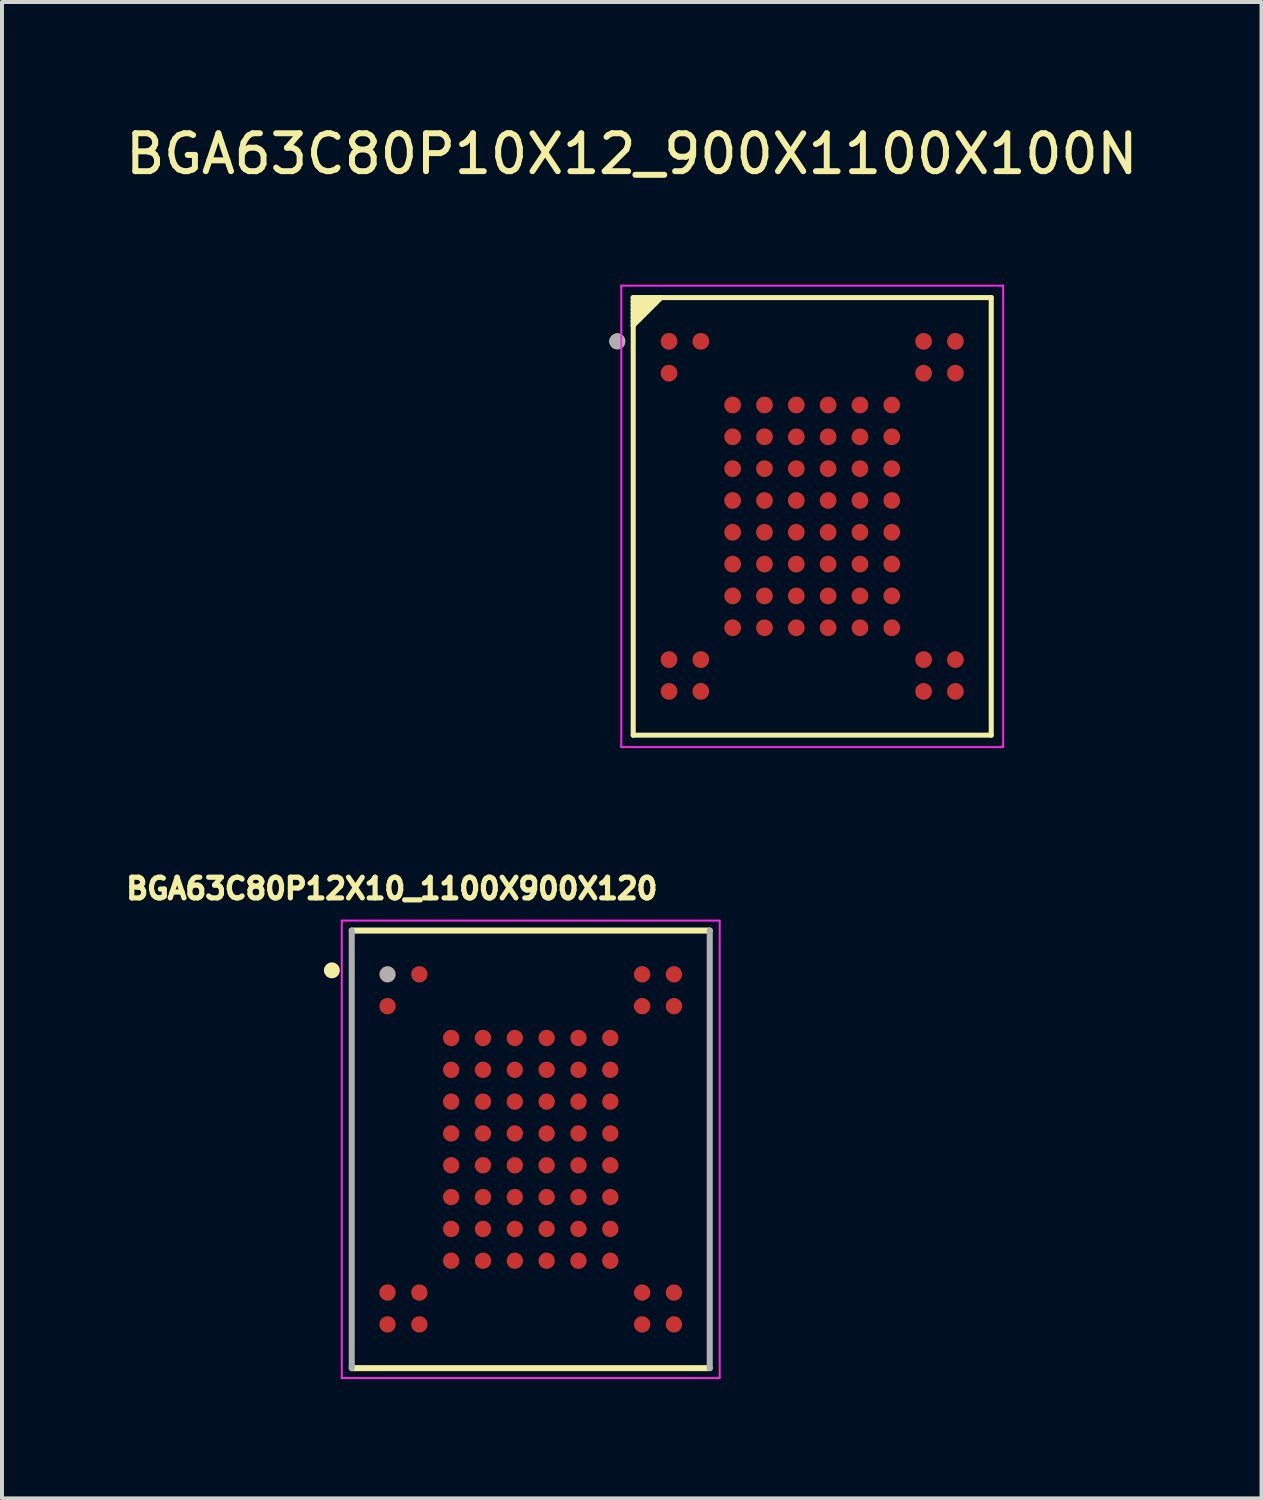
<source format=kicad_pcb>
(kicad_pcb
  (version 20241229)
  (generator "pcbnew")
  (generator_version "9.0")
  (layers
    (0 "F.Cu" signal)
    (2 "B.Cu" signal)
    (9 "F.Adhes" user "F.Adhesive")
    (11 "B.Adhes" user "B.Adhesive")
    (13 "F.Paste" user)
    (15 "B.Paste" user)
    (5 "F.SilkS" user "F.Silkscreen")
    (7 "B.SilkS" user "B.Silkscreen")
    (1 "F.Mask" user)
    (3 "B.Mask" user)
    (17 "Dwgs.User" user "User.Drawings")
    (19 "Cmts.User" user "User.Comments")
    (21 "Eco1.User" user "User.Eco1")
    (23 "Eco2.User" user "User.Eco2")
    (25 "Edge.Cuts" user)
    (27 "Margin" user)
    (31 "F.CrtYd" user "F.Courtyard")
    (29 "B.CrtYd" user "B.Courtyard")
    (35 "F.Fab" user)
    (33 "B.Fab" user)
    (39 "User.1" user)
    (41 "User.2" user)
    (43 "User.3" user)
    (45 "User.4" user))
  (footprint "BGA63C80P12X10_1100X900X120"
    (layer "F.Cu")
    (at 10.292 25.843)
    (property "Reference" "BGA63C80P12X10_1100X900X120" (at -3.492 -6.555 0) (layer "F.SilkS") (effects (font (size 0.52 0.52) (thickness 0.15))))
    (attr smd)
    (fp_line (start -4.5 -5.5) (end 4.5 -5.5) (stroke (width 0.152) (type solid)) (layer "F.SilkS"))
    (fp_line (start 4.5 5.5) (end -4.5 5.5) (stroke (width 0.152) (type solid)) (layer "F.SilkS"))
    (fp_circle (center -5 -4.5) (end -4.9 -4.5) (stroke (width 0.2) (type solid)) (fill no) (layer "F.SilkS"))
    (fp_line (start -4.75 -5.75) (end 4.75 -5.75) (stroke (width 0.05) (type solid)) (layer "F.CrtYd"))
    (fp_line (start -4.75 5.75) (end -4.75 -5.75) (stroke (width 0.05) (type solid)) (layer "F.CrtYd"))
    (fp_line (start 4.75 -5.75) (end 4.75 5.75) (stroke (width 0.05) (type solid)) (layer "F.CrtYd"))
    (fp_line (start 4.75 5.75) (end -4.75 5.75) (stroke (width 0.05) (type solid)) (layer "F.CrtYd"))
    (fp_line (start -4.5 5.5) (end -4.5 -5.5) (stroke (width 0.152) (type solid)) (layer "F.Fab"))
    (fp_line (start 4.5 -5.5) (end 4.5 5.5) (stroke (width 0.152) (type solid)) (layer "F.Fab"))
    (fp_circle (center -3.6 -4.4) (end -3.5 -4.4) (stroke (width 0.2) (type solid)) (fill no) (layer "F.Fab"))
    (pad "A1" smd circle (at -3.6 -4.4) (size 0.41 0.41) (layers "F.Cu" "F.Mask" "F.Paste"))
    (pad "A2" smd circle (at -2.8 -4.4) (size 0.41 0.41) (layers "F.Cu" "F.Mask" "F.Paste"))
    (pad "A9" smd circle (at 2.8 -4.4) (size 0.41 0.41) (layers "F.Cu" "F.Mask" "F.Paste"))
    (pad "A10" smd circle (at 3.6 -4.4) (size 0.41 0.41) (layers "F.Cu" "F.Mask" "F.Paste"))
    (pad "B1" smd circle (at -3.6 -3.6) (size 0.41 0.41) (layers "F.Cu" "F.Mask" "F.Paste"))
    (pad "B9" smd circle (at 2.8 -3.6) (size 0.41 0.41) (layers "F.Cu" "F.Mask" "F.Paste"))
    (pad "B10" smd circle (at 3.6 -3.6) (size 0.41 0.41) (layers "F.Cu" "F.Mask" "F.Paste"))
    (pad "C3" smd circle (at -2 -2.8) (size 0.41 0.41) (layers "F.Cu" "F.Mask" "F.Paste"))
    (pad "C4" smd circle (at -1.2 -2.8) (size 0.41 0.41) (layers "F.Cu" "F.Mask" "F.Paste"))
    (pad "C5" smd circle (at -0.4 -2.8) (size 0.41 0.41) (layers "F.Cu" "F.Mask" "F.Paste"))
    (pad "C6" smd circle (at 0.4 -2.8) (size 0.41 0.41) (layers "F.Cu" "F.Mask" "F.Paste"))
    (pad "C7" smd circle (at 1.2 -2.8) (size 0.41 0.41) (layers "F.Cu" "F.Mask" "F.Paste"))
    (pad "C8" smd circle (at 2 -2.8) (size 0.41 0.41) (layers "F.Cu" "F.Mask" "F.Paste"))
    (pad "D3" smd circle (at -2 -2) (size 0.41 0.41) (layers "F.Cu" "F.Mask" "F.Paste"))
    (pad "D4" smd circle (at -1.2 -2) (size 0.41 0.41) (layers "F.Cu" "F.Mask" "F.Paste"))
    (pad "D5" smd circle (at -0.4 -2) (size 0.41 0.41) (layers "F.Cu" "F.Mask" "F.Paste"))
    (pad "D6" smd circle (at 0.4 -2) (size 0.41 0.41) (layers "F.Cu" "F.Mask" "F.Paste"))
    (pad "D7" smd circle (at 1.2 -2) (size 0.41 0.41) (layers "F.Cu" "F.Mask" "F.Paste"))
    (pad "D8" smd circle (at 2 -2) (size 0.41 0.41) (layers "F.Cu" "F.Mask" "F.Paste"))
    (pad "E3" smd circle (at -2 -1.2) (size 0.41 0.41) (layers "F.Cu" "F.Mask" "F.Paste"))
    (pad "E4" smd circle (at -1.2 -1.2) (size 0.41 0.41) (layers "F.Cu" "F.Mask" "F.Paste"))
    (pad "E5" smd circle (at -0.4 -1.2) (size 0.41 0.41) (layers "F.Cu" "F.Mask" "F.Paste"))
    (pad "E6" smd circle (at 0.4 -1.2) (size 0.41 0.41) (layers "F.Cu" "F.Mask" "F.Paste"))
    (pad "E7" smd circle (at 1.2 -1.2) (size 0.41 0.41) (layers "F.Cu" "F.Mask" "F.Paste"))
    (pad "E8" smd circle (at 2 -1.2) (size 0.41 0.41) (layers "F.Cu" "F.Mask" "F.Paste"))
    (pad "F3" smd circle (at -2 -0.4) (size 0.41 0.41) (layers "F.Cu" "F.Mask" "F.Paste"))
    (pad "F4" smd circle (at -1.2 -0.4) (size 0.41 0.41) (layers "F.Cu" "F.Mask" "F.Paste"))
    (pad "F5" smd circle (at -0.4 -0.4) (size 0.41 0.41) (layers "F.Cu" "F.Mask" "F.Paste"))
    (pad "F6" smd circle (at 0.4 -0.4) (size 0.41 0.41) (layers "F.Cu" "F.Mask" "F.Paste"))
    (pad "F7" smd circle (at 1.2 -0.4) (size 0.41 0.41) (layers "F.Cu" "F.Mask" "F.Paste"))
    (pad "F8" smd circle (at 2 -0.4) (size 0.41 0.41) (layers "F.Cu" "F.Mask" "F.Paste"))
    (pad "G3" smd circle (at -2 0.4) (size 0.41 0.41) (layers "F.Cu" "F.Mask" "F.Paste"))
    (pad "G4" smd circle (at -1.2 0.4) (size 0.41 0.41) (layers "F.Cu" "F.Mask" "F.Paste"))
    (pad "G5" smd circle (at -0.4 0.4) (size 0.41 0.41) (layers "F.Cu" "F.Mask" "F.Paste"))
    (pad "G6" smd circle (at 0.4 0.4) (size 0.41 0.41) (layers "F.Cu" "F.Mask" "F.Paste"))
    (pad "G7" smd circle (at 1.2 0.4) (size 0.41 0.41) (layers "F.Cu" "F.Mask" "F.Paste"))
    (pad "G8" smd circle (at 2 0.4) (size 0.41 0.41) (layers "F.Cu" "F.Mask" "F.Paste"))
    (pad "H3" smd circle (at -2 1.2) (size 0.41 0.41) (layers "F.Cu" "F.Mask" "F.Paste"))
    (pad "H4" smd circle (at -1.2 1.2) (size 0.41 0.41) (layers "F.Cu" "F.Mask" "F.Paste"))
    (pad "H5" smd circle (at -0.4 1.2) (size 0.41 0.41) (layers "F.Cu" "F.Mask" "F.Paste"))
    (pad "H6" smd circle (at 0.4 1.2) (size 0.41 0.41) (layers "F.Cu" "F.Mask" "F.Paste"))
    (pad "H7" smd circle (at 1.2 1.2) (size 0.41 0.41) (layers "F.Cu" "F.Mask" "F.Paste"))
    (pad "H8" smd circle (at 2 1.2) (size 0.41 0.41) (layers "F.Cu" "F.Mask" "F.Paste"))
    (pad "J3" smd circle (at -2 2) (size 0.41 0.41) (layers "F.Cu" "F.Mask" "F.Paste"))
    (pad "J4" smd circle (at -1.2 2) (size 0.41 0.41) (layers "F.Cu" "F.Mask" "F.Paste"))
    (pad "J5" smd circle (at -0.4 2) (size 0.41 0.41) (layers "F.Cu" "F.Mask" "F.Paste"))
    (pad "J6" smd circle (at 0.4 2) (size 0.41 0.41) (layers "F.Cu" "F.Mask" "F.Paste"))
    (pad "J7" smd circle (at 1.2 2) (size 0.41 0.41) (layers "F.Cu" "F.Mask" "F.Paste"))
    (pad "J8" smd circle (at 2 2) (size 0.41 0.41) (layers "F.Cu" "F.Mask" "F.Paste"))
    (pad "K3" smd circle (at -2 2.8) (size 0.41 0.41) (layers "F.Cu" "F.Mask" "F.Paste"))
    (pad "K4" smd circle (at -1.2 2.8) (size 0.41 0.41) (layers "F.Cu" "F.Mask" "F.Paste"))
    (pad "K5" smd circle (at -0.4 2.8) (size 0.41 0.41) (layers "F.Cu" "F.Mask" "F.Paste"))
    (pad "K6" smd circle (at 0.4 2.8) (size 0.41 0.41) (layers "F.Cu" "F.Mask" "F.Paste"))
    (pad "K7" smd circle (at 1.2 2.8) (size 0.41 0.41) (layers "F.Cu" "F.Mask" "F.Paste"))
    (pad "K8" smd circle (at 2 2.8) (size 0.41 0.41) (layers "F.Cu" "F.Mask" "F.Paste"))
    (pad "L1" smd circle (at -3.6 3.6) (size 0.41 0.41) (layers "F.Cu" "F.Mask" "F.Paste"))
    (pad "L2" smd circle (at -2.8 3.6) (size 0.41 0.41) (layers "F.Cu" "F.Mask" "F.Paste"))
    (pad "L9" smd circle (at 2.8 3.6) (size 0.41 0.41) (layers "F.Cu" "F.Mask" "F.Paste"))
    (pad "L10" smd circle (at 3.6 3.6) (size 0.41 0.41) (layers "F.Cu" "F.Mask" "F.Paste"))
    (pad "M1" smd circle (at -3.6 4.4) (size 0.41 0.41) (layers "F.Cu" "F.Mask" "F.Paste"))
    (pad "M2" smd circle (at -2.8 4.4) (size 0.41 0.41) (layers "F.Cu" "F.Mask" "F.Paste"))
    (pad "M9" smd circle (at 2.8 4.4) (size 0.41 0.41) (layers "F.Cu" "F.Mask" "F.Paste"))
    (pad "M10" smd circle (at 3.6 4.4) (size 0.41 0.41) (layers "F.Cu" "F.Mask" "F.Paste")))
  (footprint "BGA63C80P10X12_900X1100X100N"
    (layer "F.Cu")
    (at 17.368 9.931)
    (property "Reference" "BGA63C80P10X12_900X1100X100N" (at -4.536 -9.111 0) (layer "F.SilkS") (effects (font (size 0.953 0.953) (thickness 0.15))))
    (attr smd)
    (fp_line (start -4.5 -5.5) (end -4.4 -5.5) (stroke (width 0.127) (type solid)) (layer "F.SilkS"))
    (fp_line (start -4.5 -5.4) (end -4.5 -5.5) (stroke (width 0.127) (type solid)) (layer "F.SilkS"))
    (fp_line (start -4.5 -5.4) (end -4.4 -5.4) (stroke (width 0.127) (type solid)) (layer "F.SilkS"))
    (fp_line (start -4.5 -5.3) (end -4.5 -5.4) (stroke (width 0.127) (type solid)) (layer "F.SilkS"))
    (fp_line (start -4.5 -5.3) (end -4.3 -5.5) (stroke (width 0.127) (type solid)) (layer "F.SilkS"))
    (fp_line (start -4.5 -5.2) (end -4.5 -5.3) (stroke (width 0.127) (type solid)) (layer "F.SilkS"))
    (fp_line (start -4.5 -5.2) (end -4.2 -5.5) (stroke (width 0.127) (type solid)) (layer "F.SilkS"))
    (fp_line (start -4.5 -5.1) (end -4.5 -5.2) (stroke (width 0.127) (type solid)) (layer "F.SilkS"))
    (fp_line (start -4.5 -5.1) (end -4.1 -5.5) (stroke (width 0.127) (type solid)) (layer "F.SilkS"))
    (fp_line (start -4.5 -5) (end -4.5 -5.1) (stroke (width 0.127) (type solid)) (layer "F.SilkS"))
    (fp_line (start -4.5 -5) (end -4 -5.5) (stroke (width 0.127) (type solid)) (layer "F.SilkS"))
    (fp_line (start -4.5 -4.9) (end -4.5 -5) (stroke (width 0.127) (type solid)) (layer "F.SilkS"))
    (fp_line (start -4.5 -4.9) (end -3.9 -5.5) (stroke (width 0.127) (type solid)) (layer "F.SilkS"))
    (fp_line (start -4.5 -4.8) (end -4.5 -4.9) (stroke (width 0.127) (type solid)) (layer "F.SilkS"))
    (fp_line (start -4.5 -4.8) (end -3.8 -5.5) (stroke (width 0.127) (type solid)) (layer "F.SilkS"))
    (fp_line (start -4.5 5.5) (end -4.5 -4.8) (stroke (width 0.127) (type solid)) (layer "F.SilkS"))
    (fp_line (start -4.4 -5.5) (end -4.3 -5.5) (stroke (width 0.127) (type solid)) (layer "F.SilkS"))
    (fp_line (start -4.4 -5.4) (end -4.4 -5.5) (stroke (width 0.127) (type solid)) (layer "F.SilkS"))
    (fp_line (start -4.3 -5.5) (end -4.2 -5.5) (stroke (width 0.127) (type solid)) (layer "F.SilkS"))
    (fp_line (start -4.2 -5.5) (end -4.1 -5.5) (stroke (width 0.127) (type solid)) (layer "F.SilkS"))
    (fp_line (start -4.1 -5.5) (end -4 -5.5) (stroke (width 0.127) (type solid)) (layer "F.SilkS"))
    (fp_line (start -4 -5.5) (end -3.9 -5.5) (stroke (width 0.127) (type solid)) (layer "F.SilkS"))
    (fp_line (start -3.9 -5.5) (end -3.8 -5.5) (stroke (width 0.127) (type solid)) (layer "F.SilkS"))
    (fp_line (start -3.8 -5.5) (end 4.5 -5.5) (stroke (width 0.127) (type solid)) (layer "F.SilkS"))
    (fp_line (start 4.5 -5.5) (end 4.5 5.5) (stroke (width 0.127) (type solid)) (layer "F.SilkS"))
    (fp_line (start 4.5 5.5) (end -4.5 5.5) (stroke (width 0.127) (type solid)) (layer "F.SilkS"))
    (fp_circle (center -4.9 -4.4) (end -4.8 -4.4) (stroke (width 0.2) (type solid)) (fill no) (layer "F.SilkS"))
    (fp_line (start -4.8 -5.8) (end 4.8 -5.8) (stroke (width 0.05) (type solid)) (layer "F.CrtYd"))
    (fp_line (start -4.8 5.8) (end -4.8 -5.8) (stroke (width 0.05) (type solid)) (layer "F.CrtYd"))
    (fp_line (start 4.8 -5.8) (end 4.8 5.8) (stroke (width 0.05) (type solid)) (layer "F.CrtYd"))
    (fp_line (start 4.8 5.8) (end -4.8 5.8) (stroke (width 0.05) (type solid)) (layer "F.CrtYd"))
    (fp_circle (center -4.9 -4.4) (end -4.8 -4.4) (stroke (width 0.2) (type solid)) (fill no) (layer "F.Fab"))
    (pad "A1" smd circle (at -3.6 -4.4) (size 0.42 0.42) (layers "F.Cu" "F.Mask" "F.Paste"))
    (pad "A2" smd circle (at -2.8 -4.4) (size 0.42 0.42) (layers "F.Cu" "F.Mask" "F.Paste"))
    (pad "A9" smd circle (at 2.8 -4.4) (size 0.42 0.42) (layers "F.Cu" "F.Mask" "F.Paste"))
    (pad "A10" smd circle (at 3.6 -4.4) (size 0.42 0.42) (layers "F.Cu" "F.Mask" "F.Paste"))
    (pad "B1" smd circle (at -3.6 -3.6) (size 0.42 0.42) (layers "F.Cu" "F.Mask" "F.Paste"))
    (pad "B9" smd circle (at 2.8 -3.6) (size 0.42 0.42) (layers "F.Cu" "F.Mask" "F.Paste"))
    (pad "B10" smd circle (at 3.6 -3.6) (size 0.42 0.42) (layers "F.Cu" "F.Mask" "F.Paste"))
    (pad "C3" smd circle (at -2 -2.8) (size 0.42 0.42) (layers "F.Cu" "F.Mask" "F.Paste"))
    (pad "C4" smd circle (at -1.2 -2.8) (size 0.42 0.42) (layers "F.Cu" "F.Mask" "F.Paste"))
    (pad "C5" smd circle (at -0.4 -2.8) (size 0.42 0.42) (layers "F.Cu" "F.Mask" "F.Paste"))
    (pad "C6" smd circle (at 0.4 -2.8) (size 0.42 0.42) (layers "F.Cu" "F.Mask" "F.Paste"))
    (pad "C7" smd circle (at 1.2 -2.8) (size 0.42 0.42) (layers "F.Cu" "F.Mask" "F.Paste"))
    (pad "C8" smd circle (at 2 -2.8) (size 0.42 0.42) (layers "F.Cu" "F.Mask" "F.Paste"))
    (pad "D3" smd circle (at -2 -2) (size 0.42 0.42) (layers "F.Cu" "F.Mask" "F.Paste"))
    (pad "D4" smd circle (at -1.2 -2) (size 0.42 0.42) (layers "F.Cu" "F.Mask" "F.Paste"))
    (pad "D5" smd circle (at -0.4 -2) (size 0.42 0.42) (layers "F.Cu" "F.Mask" "F.Paste"))
    (pad "D6" smd circle (at 0.4 -2) (size 0.42 0.42) (layers "F.Cu" "F.Mask" "F.Paste"))
    (pad "D7" smd circle (at 1.2 -2) (size 0.42 0.42) (layers "F.Cu" "F.Mask" "F.Paste"))
    (pad "D8" smd circle (at 2 -2) (size 0.42 0.42) (layers "F.Cu" "F.Mask" "F.Paste"))
    (pad "E3" smd circle (at -2 -1.2) (size 0.42 0.42) (layers "F.Cu" "F.Mask" "F.Paste"))
    (pad "E4" smd circle (at -1.2 -1.2) (size 0.42 0.42) (layers "F.Cu" "F.Mask" "F.Paste"))
    (pad "E5" smd circle (at -0.4 -1.2) (size 0.42 0.42) (layers "F.Cu" "F.Mask" "F.Paste"))
    (pad "E6" smd circle (at 0.4 -1.2) (size 0.42 0.42) (layers "F.Cu" "F.Mask" "F.Paste"))
    (pad "E7" smd circle (at 1.2 -1.2) (size 0.42 0.42) (layers "F.Cu" "F.Mask" "F.Paste"))
    (pad "E8" smd circle (at 2 -1.2) (size 0.42 0.42) (layers "F.Cu" "F.Mask" "F.Paste"))
    (pad "F3" smd circle (at -2 -0.4) (size 0.42 0.42) (layers "F.Cu" "F.Mask" "F.Paste"))
    (pad "F4" smd circle (at -1.2 -0.4) (size 0.42 0.42) (layers "F.Cu" "F.Mask" "F.Paste"))
    (pad "F5" smd circle (at -0.4 -0.4) (size 0.42 0.42) (layers "F.Cu" "F.Mask" "F.Paste"))
    (pad "F6" smd circle (at 0.4 -0.4) (size 0.42 0.42) (layers "F.Cu" "F.Mask" "F.Paste"))
    (pad "F7" smd circle (at 1.2 -0.4) (size 0.42 0.42) (layers "F.Cu" "F.Mask" "F.Paste"))
    (pad "F8" smd circle (at 2 -0.4) (size 0.42 0.42) (layers "F.Cu" "F.Mask" "F.Paste"))
    (pad "G3" smd circle (at -2 0.4) (size 0.42 0.42) (layers "F.Cu" "F.Mask" "F.Paste"))
    (pad "G4" smd circle (at -1.2 0.4) (size 0.42 0.42) (layers "F.Cu" "F.Mask" "F.Paste"))
    (pad "G5" smd circle (at -0.4 0.4) (size 0.42 0.42) (layers "F.Cu" "F.Mask" "F.Paste"))
    (pad "G6" smd circle (at 0.4 0.4) (size 0.42 0.42) (layers "F.Cu" "F.Mask" "F.Paste"))
    (pad "G7" smd circle (at 1.2 0.4) (size 0.42 0.42) (layers "F.Cu" "F.Mask" "F.Paste"))
    (pad "G8" smd circle (at 2 0.4) (size 0.42 0.42) (layers "F.Cu" "F.Mask" "F.Paste"))
    (pad "H3" smd circle (at -2 1.2) (size 0.42 0.42) (layers "F.Cu" "F.Mask" "F.Paste"))
    (pad "H4" smd circle (at -1.2 1.2) (size 0.42 0.42) (layers "F.Cu" "F.Mask" "F.Paste"))
    (pad "H5" smd circle (at -0.4 1.2) (size 0.42 0.42) (layers "F.Cu" "F.Mask" "F.Paste"))
    (pad "H6" smd circle (at 0.4 1.2) (size 0.42 0.42) (layers "F.Cu" "F.Mask" "F.Paste"))
    (pad "H7" smd circle (at 1.2 1.2) (size 0.42 0.42) (layers "F.Cu" "F.Mask" "F.Paste"))
    (pad "H8" smd circle (at 2 1.2) (size 0.42 0.42) (layers "F.Cu" "F.Mask" "F.Paste"))
    (pad "J3" smd circle (at -2 2) (size 0.42 0.42) (layers "F.Cu" "F.Mask" "F.Paste"))
    (pad "J4" smd circle (at -1.2 2) (size 0.42 0.42) (layers "F.Cu" "F.Mask" "F.Paste"))
    (pad "J5" smd circle (at -0.4 2) (size 0.42 0.42) (layers "F.Cu" "F.Mask" "F.Paste"))
    (pad "J6" smd circle (at 0.4 2) (size 0.42 0.42) (layers "F.Cu" "F.Mask" "F.Paste"))
    (pad "J7" smd circle (at 1.2 2) (size 0.42 0.42) (layers "F.Cu" "F.Mask" "F.Paste"))
    (pad "J8" smd circle (at 2 2) (size 0.42 0.42) (layers "F.Cu" "F.Mask" "F.Paste"))
    (pad "K3" smd circle (at -2 2.8) (size 0.42 0.42) (layers "F.Cu" "F.Mask" "F.Paste"))
    (pad "K4" smd circle (at -1.2 2.8) (size 0.42 0.42) (layers "F.Cu" "F.Mask" "F.Paste"))
    (pad "K5" smd circle (at -0.4 2.8) (size 0.42 0.42) (layers "F.Cu" "F.Mask" "F.Paste"))
    (pad "K6" smd circle (at 0.4 2.8) (size 0.42 0.42) (layers "F.Cu" "F.Mask" "F.Paste"))
    (pad "K7" smd circle (at 1.2 2.8) (size 0.42 0.42) (layers "F.Cu" "F.Mask" "F.Paste"))
    (pad "K8" smd circle (at 2 2.8) (size 0.42 0.42) (layers "F.Cu" "F.Mask" "F.Paste"))
    (pad "L1" smd circle (at -3.6 3.6) (size 0.42 0.42) (layers "F.Cu" "F.Mask" "F.Paste"))
    (pad "L2" smd circle (at -2.8 3.6) (size 0.42 0.42) (layers "F.Cu" "F.Mask" "F.Paste"))
    (pad "L9" smd circle (at 2.8 3.6) (size 0.42 0.42) (layers "F.Cu" "F.Mask" "F.Paste"))
    (pad "L10" smd circle (at 3.6 3.6) (size 0.42 0.42) (layers "F.Cu" "F.Mask" "F.Paste"))
    (pad "M1" smd circle (at -3.6 4.4) (size 0.42 0.42) (layers "F.Cu" "F.Mask" "F.Paste"))
    (pad "M2" smd circle (at -2.8 4.4) (size 0.42 0.42) (layers "F.Cu" "F.Mask" "F.Paste"))
    (pad "M9" smd circle (at 2.8 4.4) (size 0.42 0.42) (layers "F.Cu" "F.Mask" "F.Paste"))
    (pad "M10" smd circle (at 3.6 4.4) (size 0.42 0.42) (layers "F.Cu" "F.Mask" "F.Paste")))
  (gr_rect
    (start -3 -3)
    (end 28.663 34.618)
    (stroke (width 0.1) (type default))
    (fill no)
    (layer "Edge.Cuts")))
</source>
